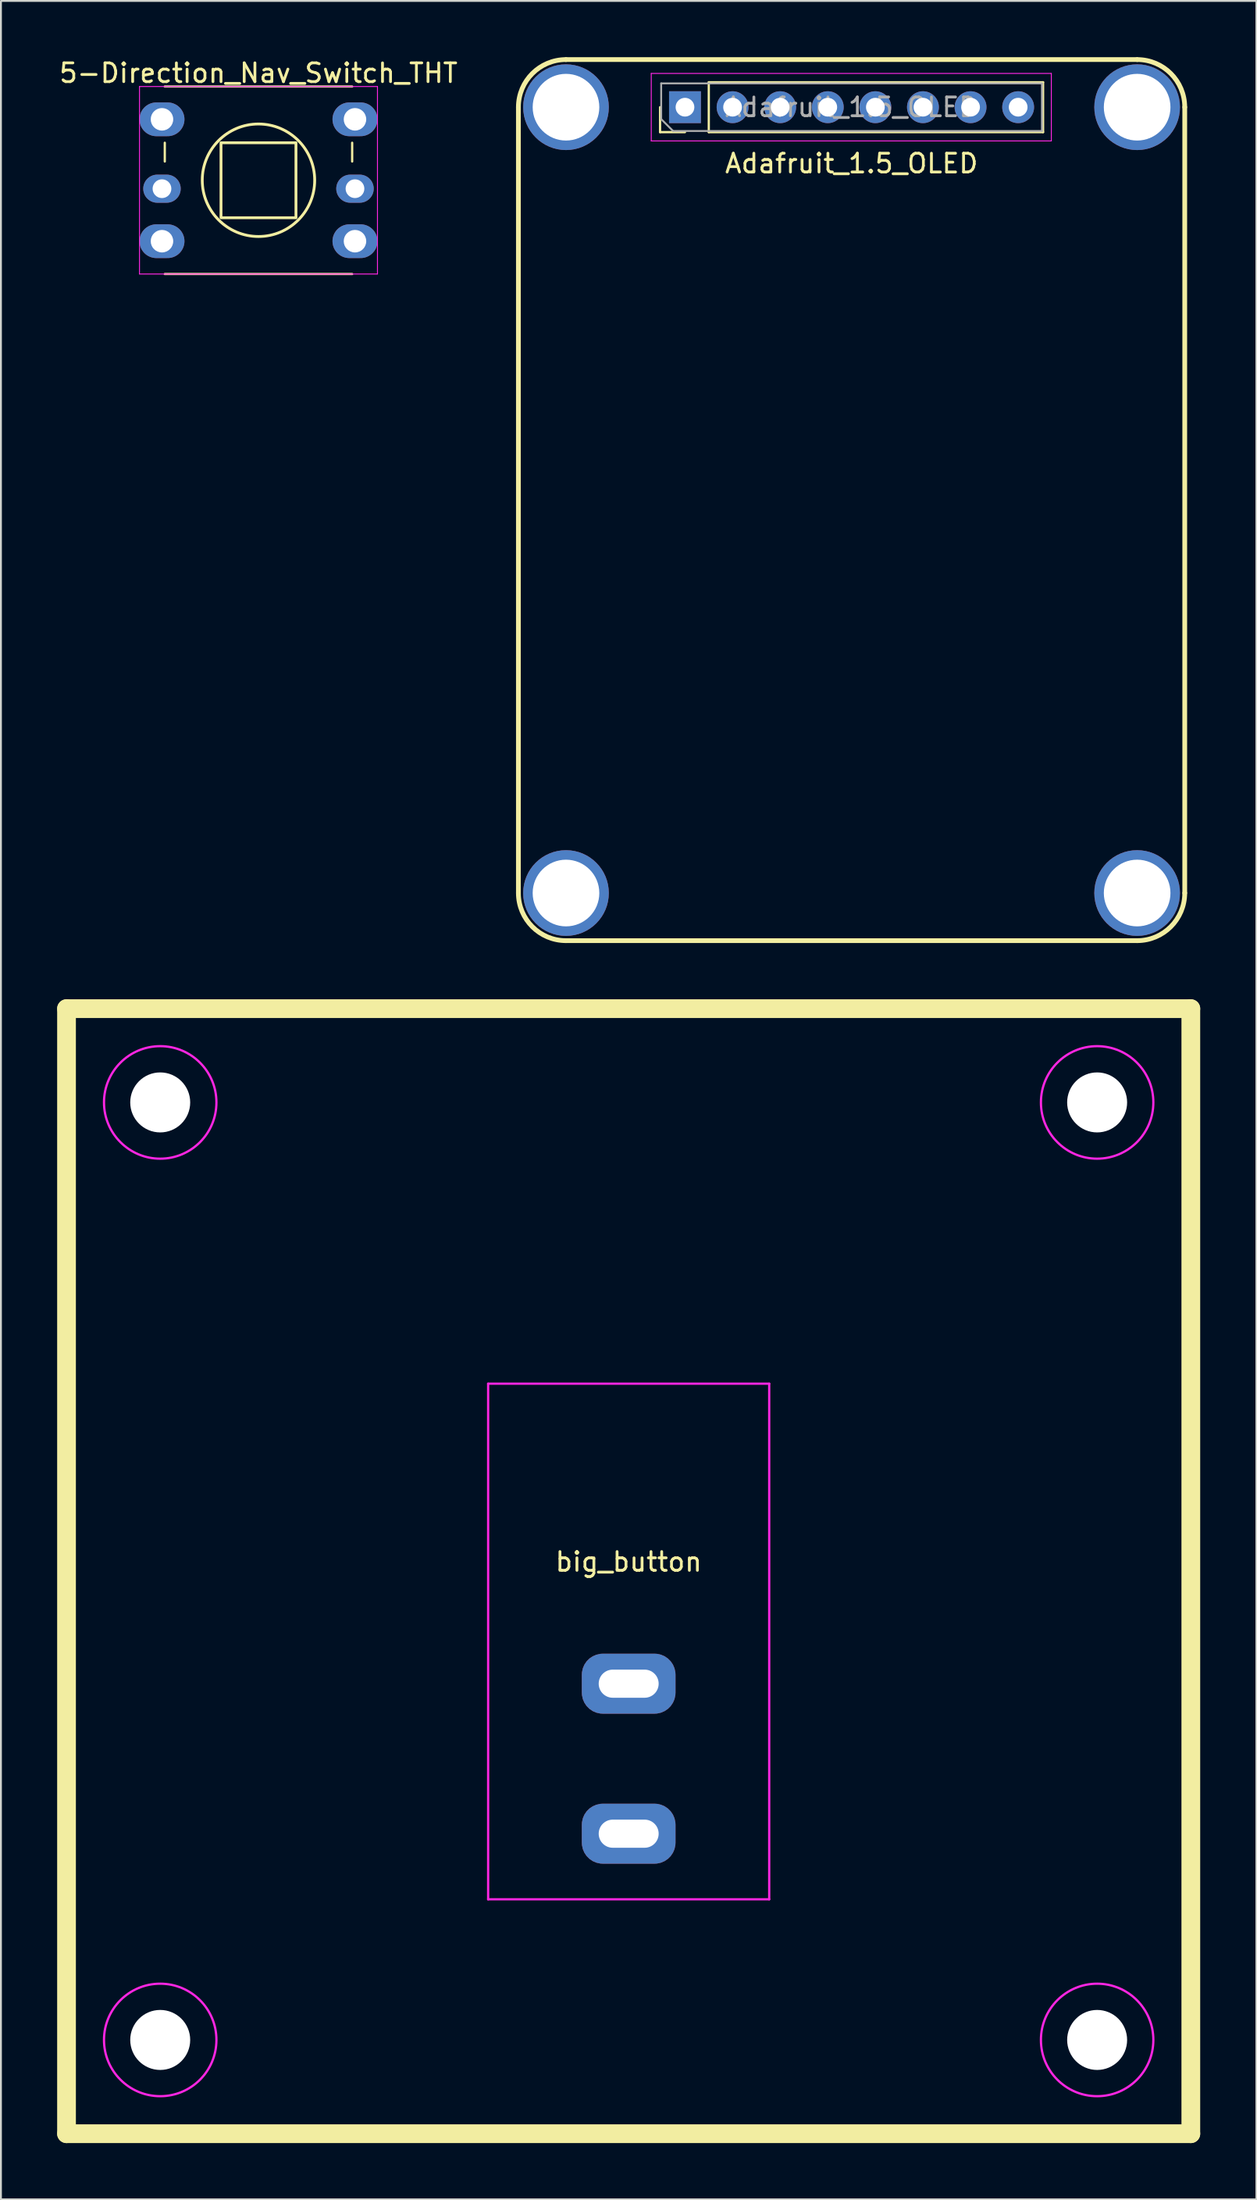
<source format=kicad_pcb>
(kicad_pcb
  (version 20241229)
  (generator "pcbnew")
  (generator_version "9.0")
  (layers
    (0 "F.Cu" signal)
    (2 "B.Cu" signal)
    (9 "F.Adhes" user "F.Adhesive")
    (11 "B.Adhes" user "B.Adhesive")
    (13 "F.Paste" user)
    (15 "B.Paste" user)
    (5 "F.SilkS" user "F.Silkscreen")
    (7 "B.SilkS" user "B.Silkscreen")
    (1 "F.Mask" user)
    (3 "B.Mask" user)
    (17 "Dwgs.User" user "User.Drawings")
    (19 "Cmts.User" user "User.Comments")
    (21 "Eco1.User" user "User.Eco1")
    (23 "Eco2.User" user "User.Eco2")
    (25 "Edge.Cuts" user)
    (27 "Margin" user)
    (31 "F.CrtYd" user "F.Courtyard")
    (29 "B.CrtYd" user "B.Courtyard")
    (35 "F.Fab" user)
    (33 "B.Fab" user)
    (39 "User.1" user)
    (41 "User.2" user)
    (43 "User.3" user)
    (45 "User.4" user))
  (footprint "Adafruit_1.5_OLED"
    (layer "F.Cu")
    (at 42.395 2.667)
    (property "Reference" "Adafruit_1.5_OLED" (at 0 3 0) (unlocked yes) (layer "F.SilkS") (effects (font (size 1 1) (thickness 0.15))))
    (fp_line (start -17.78 0) (end -17.78 41.91) (stroke (width 0.254) (type solid)) (layer "F.SilkS"))
    (fp_line (start -15.24 -2.54) (end 15.24 -2.54) (stroke (width 0.254) (type solid)) (layer "F.SilkS"))
    (fp_line (start -15.24 44.45) (end 15.24 44.45) (stroke (width 0.254) (type solid)) (layer "F.SilkS"))
    (fp_line (start -10.22 1.33) (end -10.22 0) (stroke (width 0.12) (type solid)) (layer "F.SilkS"))
    (fp_line (start -8.89 1.33) (end -10.22 1.33) (stroke (width 0.12) (type solid)) (layer "F.SilkS"))
    (fp_line (start -7.62 -1.33) (end 10.22 -1.33) (stroke (width 0.12) (type solid)) (layer "F.SilkS"))
    (fp_line (start -7.62 1.33) (end -7.62 -1.33) (stroke (width 0.12) (type solid)) (layer "F.SilkS"))
    (fp_line (start -7.62 1.33) (end 10.22 1.33) (stroke (width 0.12) (type solid)) (layer "F.SilkS"))
    (fp_line (start 10.22 1.33) (end 10.22 -1.33) (stroke (width 0.12) (type solid)) (layer "F.SilkS"))
    (fp_line (start 17.78 0) (end 17.78 41.91) (stroke (width 0.254) (type solid)) (layer "F.SilkS"))
    (fp_arc (start -17.78 0) (mid -17.036051 -1.796051) (end -15.24 -2.54) (stroke (width 0.254) (type solid)) (layer "F.SilkS"))
    (fp_arc (start -15.24 44.45) (mid -17.036051 43.706051) (end -17.78 41.91) (stroke (width 0.254) (type solid)) (layer "F.SilkS"))
    (fp_arc (start 15.24 -2.54) (mid 17.036051 -1.796051) (end 17.78 0) (stroke (width 0.254) (type solid)) (layer "F.SilkS"))
    (fp_arc (start 17.78 41.91) (mid 17.036051 43.706051) (end 15.24 44.45) (stroke (width 0.254) (type solid)) (layer "F.SilkS"))
    (fp_line (start -10.69 -1.8) (end -10.69 1.8) (stroke (width 0.05) (type solid)) (layer "F.CrtYd"))
    (fp_line (start -10.69 1.8) (end 10.66 1.8) (stroke (width 0.05) (type solid)) (layer "F.CrtYd"))
    (fp_line (start 10.66 -1.8) (end -10.69 -1.8) (stroke (width 0.05) (type solid)) (layer "F.CrtYd"))
    (fp_line (start 10.66 1.8) (end 10.66 -1.8) (stroke (width 0.05) (type solid)) (layer "F.CrtYd"))
    (fp_line (start -10.16 -1.27) (end 10.16 -1.27) (stroke (width 0.1) (type solid)) (layer "F.Fab"))
    (fp_line (start -10.16 0.635) (end -10.16 -1.27) (stroke (width 0.1) (type solid)) (layer "F.Fab"))
    (fp_line (start -9.525 1.27) (end -10.16 0.635) (stroke (width 0.1) (type solid)) (layer "F.Fab"))
    (fp_line (start 10.16 -1.27) (end 10.16 1.27) (stroke (width 0.1) (type solid)) (layer "F.Fab"))
    (fp_line (start 10.16 1.27) (end -9.525 1.27) (stroke (width 0.1) (type solid)) (layer "F.Fab"))
    (fp_text user "${REFERENCE}" (at 0 0 180) (layer "F.Fab") (effects (font (size 1 1) (thickness 0.15))))
    (pad "" np_thru_hole circle (at -15.24 0) (size 4.572 4.572) (drill 3.556) (layers "*.Cu" "*.Mask"))
    (pad "" np_thru_hole circle (at -15.24 41.91) (size 4.572 4.572) (drill 3.556) (layers "*.Cu" "*.Mask"))
    (pad "" np_thru_hole circle (at 15.24 0) (size 4.572 4.572) (drill 3.556) (layers "*.Cu" "*.Mask"))
    (pad "" np_thru_hole circle (at 15.24 41.91) (size 4.572 4.572) (drill 3.556) (layers "*.Cu" "*.Mask"))
    (pad "1" thru_hole rect (at -8.89 0 90) (size 1.7 1.7) (drill 1) (layers "*.Cu" "*.Mask"))
    (pad "2" thru_hole oval (at -6.35 0 90) (size 1.7 1.7) (drill 1) (layers "*.Cu" "*.Mask"))
    (pad "3" thru_hole oval (at -3.81 0 90) (size 1.7 1.7) (drill 1) (layers "*.Cu" "*.Mask"))
    (pad "4" thru_hole oval (at -1.27 0 90) (size 1.7 1.7) (drill 1) (layers "*.Cu" "*.Mask"))
    (pad "5" thru_hole oval (at 1.27 0 90) (size 1.7 1.7) (drill 1) (layers "*.Cu" "*.Mask"))
    (pad "6" thru_hole oval (at 3.81 0 90) (size 1.7 1.7) (drill 1) (layers "*.Cu" "*.Mask"))
    (pad "7" thru_hole oval (at 6.35 0 90) (size 1.7 1.7) (drill 1) (layers "*.Cu" "*.Mask"))
    (pad "8" thru_hole oval (at 8.89 0 90) (size 1.7 1.7) (drill 1) (layers "*.Cu" "*.Mask")))
  (footprint "big_button"
    (layer "F.Cu")
    (at 30.5 80.744)
    (property "Reference" "big_button" (at 0 -0.5 0) (unlocked yes) (layer "F.SilkS") (effects (font (size 1 1) (thickness 0.15))))
    (fp_line (start -30 -30) (end -30 30) (stroke (width 1) (type solid)) (layer "F.SilkS"))
    (fp_line (start -30 30) (end 30 30) (stroke (width 1) (type solid)) (layer "F.SilkS"))
    (fp_line (start 30 -30) (end -30 -30) (stroke (width 1) (type solid)) (layer "F.SilkS"))
    (fp_line (start 30 30) (end 30 -30) (stroke (width 1) (type solid)) (layer "F.SilkS"))
    (fp_line (start -7.5 -10) (end 7.5 -10) (stroke (width 0.12) (type solid)) (layer "F.CrtYd"))
    (fp_line (start -7.5 17.5) (end -7.5 -10) (stroke (width 0.12) (type solid)) (layer "F.CrtYd"))
    (fp_line (start 7.5 -10) (end 7.5 17.5) (stroke (width 0.12) (type solid)) (layer "F.CrtYd"))
    (fp_line (start 7.5 17.5) (end -7.5 17.5) (stroke (width 0.12) (type solid)) (layer "F.CrtYd"))
    (fp_circle (center -25 -25) (end -22 -25) (stroke (width 0.12) (type solid)) (fill no) (layer "F.CrtYd"))
    (fp_circle (center -25 25) (end -22 25) (stroke (width 0.12) (type solid)) (fill no) (layer "F.CrtYd"))
    (fp_circle (center 25 -25) (end 28 -25) (stroke (width 0.12) (type solid)) (fill no) (layer "F.CrtYd"))
    (fp_circle (center 25 25) (end 28 25) (stroke (width 0.12) (type solid)) (fill no) (layer "F.CrtYd"))
    (pad "" np_thru_hole circle (at -25 -25) (size 3.2 3.2) (drill 3.2) (layers "*.Cu" "*.Mask"))
    (pad "" np_thru_hole circle (at -25 25) (size 3.2 3.2) (drill 3.2) (layers "*.Cu" "*.Mask"))
    (pad "" np_thru_hole circle (at 25 -25) (size 3.2 3.2) (drill 3.2) (layers "*.Cu" "*.Mask"))
    (pad "" np_thru_hole circle (at 25 25) (size 3.2 3.2) (drill 3.2) (layers "*.Cu" "*.Mask"))
    (pad "1" thru_hole roundrect (at 0 6) (size 5 3.2) (drill oval 3.2 1.5) (layers "*.Cu" "*.Mask") (roundrect_rratio 0.35))
    (pad "2" thru_hole roundrect (at 0 14) (size 5 3.2) (drill oval 3.2 1.5) (layers "*.Cu" "*.Mask") (roundrect_rratio 0.35)))
  (footprint "5-Direction_Nav_Switch_THT"
    (layer "F.Cu")
    (at 10.744 6.563)
    (property "Reference" "5-Direction_Nav_Switch_THT" (at 0 -5.715 0) (layer "F.SilkS") (effects (font (size 1 1) (thickness 0.15))))
    (fp_line (start -5 -2) (end -5 -1) (stroke (width 0.12) (type solid)) (layer "F.SilkS"))
    (fp_line (start -5 5) (end 5 5) (stroke (width 0.12) (type solid)) (layer "F.SilkS"))
    (fp_line (start 5 -5) (end -5 -5) (stroke (width 0.12) (type solid)) (layer "F.SilkS"))
    (fp_line (start 5 -1) (end 5 -2) (stroke (width 0.12) (type solid)) (layer "F.SilkS"))
    (fp_rect (start -2 -2) (end 2 2) (stroke (width 0.15) (type solid)) (fill no) (layer "F.SilkS"))
    (fp_circle (center 0 0) (end 3 0) (stroke (width 0.15) (type solid)) (fill no) (layer "F.SilkS"))
    (fp_line (start -6.35 -5) (end 6.35 -5) (stroke (width 0.05) (type solid)) (layer "F.CrtYd"))
    (fp_line (start -6.35 5) (end -6.35 -5) (stroke (width 0.05) (type solid)) (layer "F.CrtYd"))
    (fp_line (start 6.35 -5) (end 6.35 5) (stroke (width 0.05) (type solid)) (layer "F.CrtYd"))
    (fp_line (start 6.35 5) (end -6.35 5) (stroke (width 0.05) (type solid)) (layer "F.CrtYd"))
    (pad "1" thru_hole oval (at -5.15 -3.25 270) (size 1.8 2.4) (drill 1.2) (layers "*.Cu" "*.Mask"))
    (pad "2" thru_hole oval (at -5.15 0.45 270) (size 1.5 2) (drill 1) (layers "*.Cu" "*.Mask"))
    (pad "3" thru_hole oval (at -5.15 3.25 270) (size 1.8 2.4) (drill 1.2) (layers "*.Cu" "*.Mask"))
    (pad "4" thru_hole oval (at 5.15 3.25 270) (size 1.8 2.4) (drill 1.2) (layers "*.Cu" "*.Mask"))
    (pad "5" thru_hole oval (at 5.15 0.45 270) (size 1.5 2) (drill 1) (layers "*.Cu" "*.Mask"))
    (pad "6" thru_hole oval (at 5.15 -3.25 270) (size 1.8 2.4) (drill 1.2) (layers "*.Cu" "*.Mask")))
  (gr_rect
    (start -3 -3)
    (end 64 114.244)
    (stroke (width 0.1) (type default))
    (fill no)
    (layer "Edge.Cuts")))
</source>
